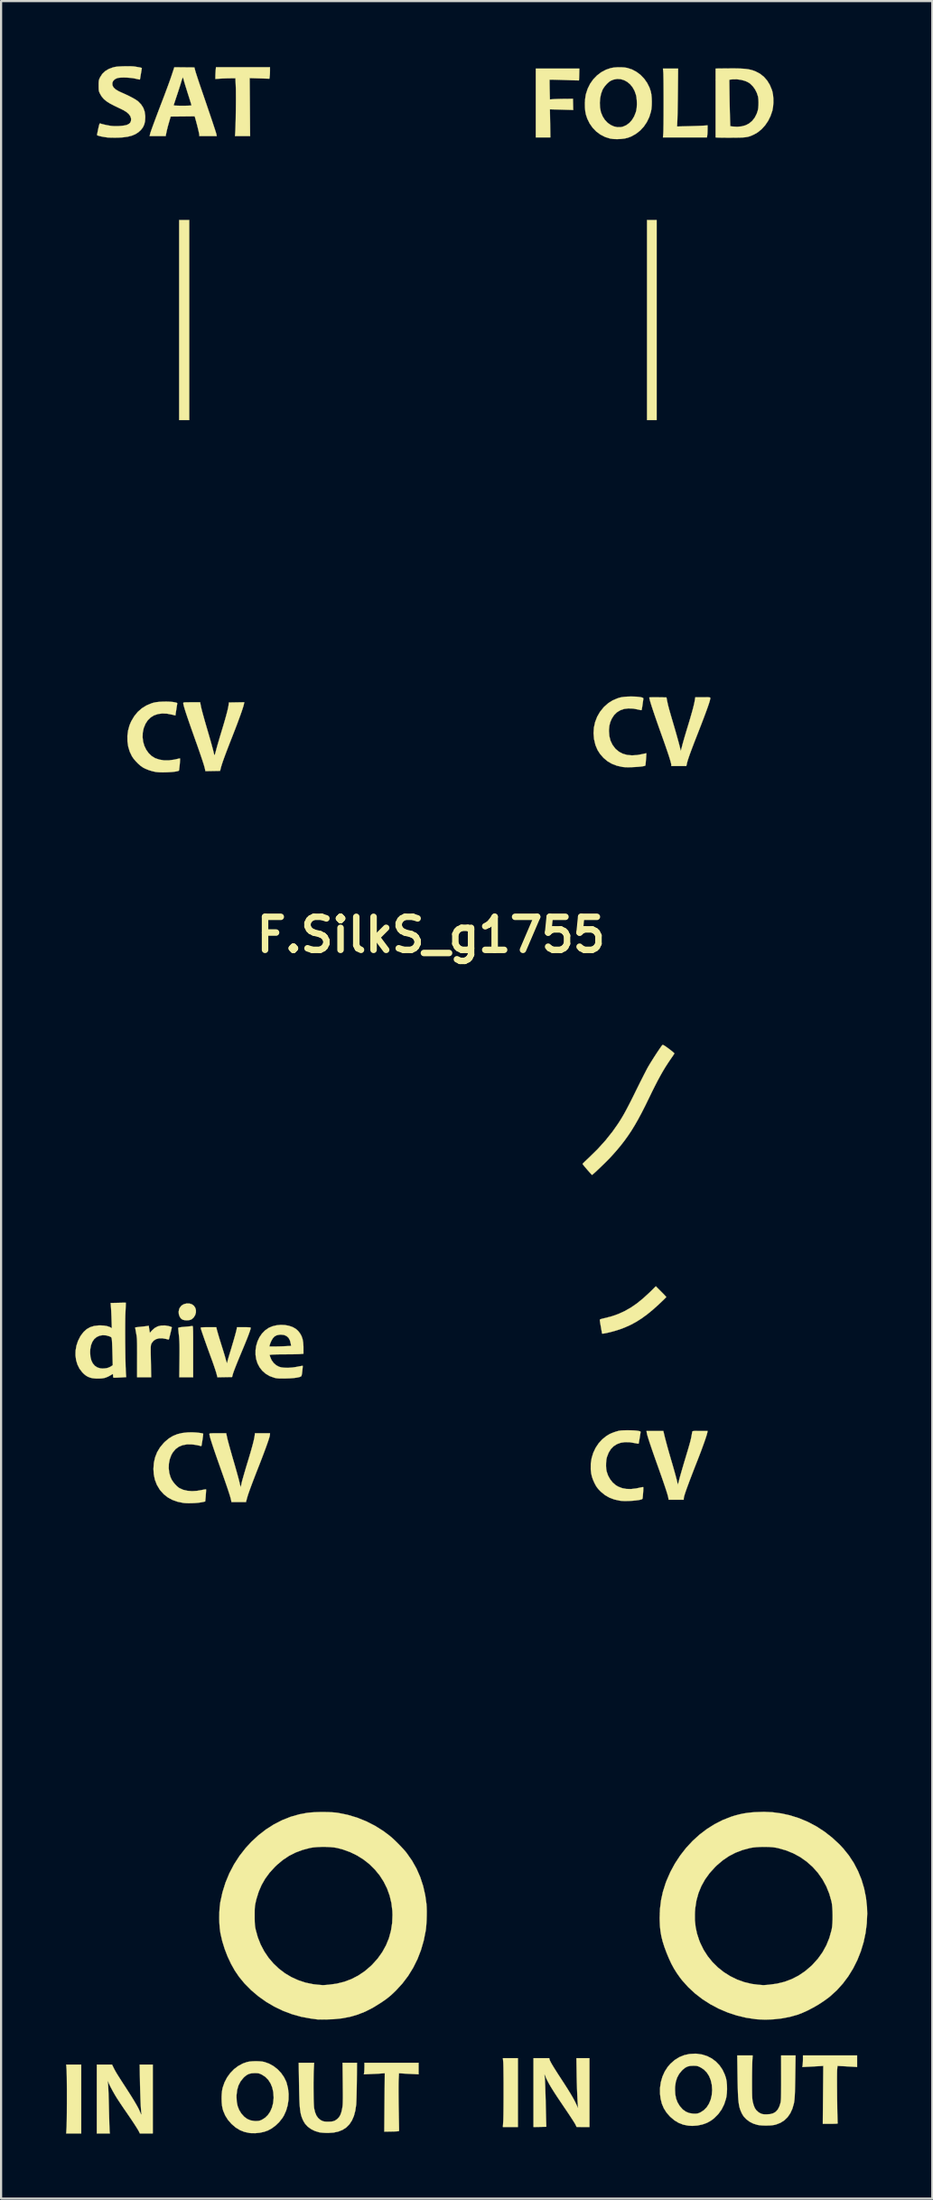
<source format=kicad_pcb>
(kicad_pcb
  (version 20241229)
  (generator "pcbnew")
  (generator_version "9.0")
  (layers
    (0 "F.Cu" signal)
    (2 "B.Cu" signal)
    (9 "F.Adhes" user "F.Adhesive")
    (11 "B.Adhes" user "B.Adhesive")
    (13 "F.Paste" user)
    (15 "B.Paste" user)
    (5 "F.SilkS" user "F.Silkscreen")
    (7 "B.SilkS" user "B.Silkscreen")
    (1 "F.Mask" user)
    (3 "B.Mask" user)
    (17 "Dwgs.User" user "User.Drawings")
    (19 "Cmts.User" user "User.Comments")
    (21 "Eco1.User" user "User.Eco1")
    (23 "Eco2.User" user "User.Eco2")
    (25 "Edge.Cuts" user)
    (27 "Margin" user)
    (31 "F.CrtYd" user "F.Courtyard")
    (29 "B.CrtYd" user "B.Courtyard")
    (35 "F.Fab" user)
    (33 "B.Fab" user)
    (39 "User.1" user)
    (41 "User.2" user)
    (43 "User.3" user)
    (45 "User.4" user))
  (footprint "F.SilkS_g1755"
    (layer "F.Cu")
    (at 16.837 40.077)
    (property "Reference" "F.SilkS_g1755" (at 0 0 0) (layer "F.SilkS") (effects (font (size 1.524 1.524) (thickness 0.3))))
    (attr through_hole)
    (fp_poly (pts (xy -11.155 -23.749) (xy -11.62 -23.749) (xy -11.62 -32.978) (xy -11.155 -32.978) (xy -11.155 -23.749)) (stroke (width 0.01) (type solid)) (fill yes) (layer "F.SilkS"))
    (fp_poly (pts (xy 10.414 -23.749) (xy 9.97 -23.749) (xy 9.97 -32.978) (xy 10.414 -32.978) (xy 10.414 -23.749)) (stroke (width 0.01) (type solid)) (fill yes) (layer "F.SilkS"))
    (fp_poly (pts (xy -16.14 52.112) (xy -16.14 55.287) (xy -16.486 55.287) (xy -16.832 55.287) (xy -16.816 55.039) (xy -16.812 54.959) (xy -16.809 54.843) (xy -16.806 54.697) (xy -16.804 54.525) (xy -16.802 54.333) (xy -16.801 54.125) (xy -16.8 53.907) (xy -16.8 53.684) (xy -16.8 53.461) (xy -16.8 53.243) (xy -16.801 53.036) (xy -16.803 52.844) (xy -16.805 52.672) (xy -16.808 52.526) (xy -16.811 52.411) (xy -16.814 52.332) (xy -16.815 52.319) (xy -16.831 52.112) (xy -16.14 52.112)) (stroke (width 0.01) (type solid)) (fill yes) (layer "F.SilkS"))
    (fp_poly (pts (xy 3.665 51.816) (xy 4.011 51.816) (xy 4.011 54.991) (xy 3.319 54.991) (xy 3.335 54.742) (xy 3.339 54.664) (xy 3.342 54.551) (xy 3.345 54.407) (xy 3.347 54.237) (xy 3.349 54.047) (xy 3.35 53.842) (xy 3.351 53.626) (xy 3.351 53.404) (xy 3.351 53.182) (xy 3.351 52.964) (xy 3.35 52.756) (xy 3.348 52.562) (xy 3.346 52.388) (xy 3.344 52.239) (xy 3.341 52.118) (xy 3.338 52.033) (xy 3.336 52.001) (xy 3.319 51.816) (xy 3.665 51.816)) (stroke (width 0.01) (type solid)) (fill yes) (layer "F.SilkS"))
    (fp_poly (pts (xy -11.138 17.006) (xy -11.024 17.044) (xy -10.934 17.113) (xy -10.873 17.211) (xy -10.847 17.305) (xy -10.847 17.421) (xy -10.882 17.537) (xy -10.943 17.639) (xy -11.027 17.719) (xy -11.085 17.751) (xy -11.167 17.772) (xy -11.269 17.779) (xy -11.371 17.771) (xy -11.455 17.751) (xy -11.468 17.745) (xy -11.547 17.684) (xy -11.603 17.595) (xy -11.636 17.489) (xy -11.642 17.375) (xy -11.62 17.263) (xy -11.589 17.196) (xy -11.51 17.099) (xy -11.406 17.035) (xy -11.276 17.003) (xy -11.272 17.003) (xy -11.138 17.006)) (stroke (width 0.01) (type solid)) (fill yes) (layer "F.SilkS"))
    (fp_poly (pts (xy -7.429 -39.86) (xy -7.431 -39.764) (xy -7.436 -39.67) (xy -7.443 -39.597) (xy -7.443 -39.595) (xy -7.456 -39.497) (xy -7.912 -39.511) (xy -8.367 -39.525) (xy -8.356 -38.188) (xy -8.346 -36.851) (xy -9.043 -36.851) (xy -9.031 -37.026) (xy -9.025 -37.128) (xy -9.02 -37.266) (xy -9.015 -37.432) (xy -9.01 -37.621) (xy -9.007 -37.824) (xy -9.004 -38.037) (xy -9.002 -38.25) (xy -9 -38.459) (xy -9 -38.657) (xy -9.001 -38.835) (xy -9.002 -38.988) (xy -9.005 -39.109) (xy -9.006 -39.125) (xy -9.022 -39.518) (xy -9.268 -39.516) (xy -9.396 -39.514) (xy -9.537 -39.509) (xy -9.67 -39.504) (xy -9.731 -39.5) (xy -9.948 -39.486) (xy -9.948 -39.594) (xy -9.946 -39.672) (xy -9.941 -39.77) (xy -9.935 -39.864) (xy -9.921 -40.026) (xy -7.429 -40.026) (xy -7.429 -39.86)) (stroke (width 0.01) (type solid)) (fill yes) (layer "F.SilkS"))
    (fp_poly (pts (xy -11.001 18.043) (xy -10.994 18.053) (xy -10.989 18.073) (xy -10.985 18.107) (xy -10.981 18.158) (xy -10.979 18.229) (xy -10.977 18.324) (xy -10.976 18.445) (xy -10.975 18.596) (xy -10.975 18.78) (xy -10.975 19.001) (xy -10.975 19.218) (xy -10.975 20.405) (xy -11.294 20.405) (xy -11.613 20.405) (xy -11.604 19.606) (xy -11.602 19.375) (xy -11.601 19.18) (xy -11.602 19.016) (xy -11.604 18.876) (xy -11.609 18.755) (xy -11.615 18.647) (xy -11.623 18.546) (xy -11.629 18.487) (xy -11.641 18.373) (xy -11.651 18.273) (xy -11.658 18.195) (xy -11.662 18.146) (xy -11.663 18.136) (xy -11.655 18.123) (xy -11.627 18.111) (xy -11.574 18.101) (xy -11.49 18.09) (xy -11.37 18.079) (xy -11.361 18.078) (xy -11.249 18.068) (xy -11.15 18.058) (xy -11.072 18.049) (xy -11.025 18.043) (xy -11.017 18.042) (xy -11.008 18.04) (xy -11.001 18.043)) (stroke (width 0.01) (type solid)) (fill yes) (layer "F.SilkS"))
    (fp_poly (pts (xy 6.84 -39.693) (xy 6.837 -39.591) (xy 6.834 -39.506) (xy 6.831 -39.446) (xy 6.828 -39.419) (xy 6.828 -39.418) (xy 6.807 -39.418) (xy 6.748 -39.419) (xy 6.657 -39.421) (xy 6.539 -39.424) (xy 6.399 -39.429) (xy 6.243 -39.434) (xy 6.152 -39.437) (xy 5.988 -39.443) (xy 5.838 -39.447) (xy 5.707 -39.451) (xy 5.601 -39.453) (xy 5.524 -39.454) (xy 5.481 -39.453) (xy 5.474 -39.452) (xy 5.472 -39.43) (xy 5.472 -39.371) (xy 5.472 -39.283) (xy 5.474 -39.171) (xy 5.476 -39.041) (xy 5.477 -38.992) (xy 5.488 -38.539) (xy 5.66 -38.552) (xy 5.741 -38.557) (xy 5.853 -38.561) (xy 5.984 -38.565) (xy 6.12 -38.567) (xy 6.191 -38.568) (xy 6.551 -38.57) (xy 6.557 -38.312) (xy 6.563 -38.054) (xy 6.025 -38.07) (xy 5.488 -38.085) (xy 5.499 -37.436) (xy 5.509 -36.788) (xy 4.837 -36.788) (xy 4.837 -39.963) (xy 5.842 -39.963) (xy 6.847 -39.963) (xy 6.84 -39.693)) (stroke (width 0.01) (type solid)) (fill yes) (layer "F.SilkS"))
    (fp_poly (pts (xy 11.394 -38.941) (xy 11.391 -38.724) (xy 11.389 -38.509) (xy 11.385 -38.302) (xy 11.382 -38.108) (xy 11.379 -37.935) (xy 11.375 -37.787) (xy 11.372 -37.671) (xy 11.37 -37.605) (xy 11.356 -37.291) (xy 11.864 -37.304) (xy 12.02 -37.309) (xy 12.175 -37.314) (xy 12.319 -37.319) (xy 12.443 -37.324) (xy 12.537 -37.329) (xy 12.568 -37.33) (xy 12.764 -37.343) (xy 12.763 -37.176) (xy 12.761 -37.078) (xy 12.757 -36.978) (xy 12.75 -36.899) (xy 12.75 -36.899) (xy 12.736 -36.788) (xy 10.705 -36.788) (xy 10.721 -36.973) (xy 10.724 -37.035) (xy 10.727 -37.133) (xy 10.729 -37.264) (xy 10.732 -37.422) (xy 10.733 -37.602) (xy 10.735 -37.801) (xy 10.735 -38.012) (xy 10.736 -38.231) (xy 10.736 -38.454) (xy 10.736 -38.675) (xy 10.735 -38.889) (xy 10.734 -39.093) (xy 10.733 -39.281) (xy 10.731 -39.447) (xy 10.728 -39.589) (xy 10.726 -39.7) (xy 10.723 -39.776) (xy 10.721 -39.799) (xy 10.705 -39.963) (xy 11.404 -39.963) (xy 11.394 -38.941)) (stroke (width 0.01) (type solid)) (fill yes) (layer "F.SilkS"))
    (fp_poly (pts (xy -0.572 52.56) (xy -0.82 52.547) (xy -0.946 52.541) (xy -1.083 52.534) (xy -1.209 52.527) (xy -1.273 52.523) (xy -1.477 52.511) (xy -1.492 52.813) (xy -1.495 52.897) (xy -1.497 53.018) (xy -1.498 53.169) (xy -1.498 53.345) (xy -1.497 53.54) (xy -1.495 53.747) (xy -1.493 53.961) (xy -1.49 54.121) (xy -1.486 54.325) (xy -1.483 54.516) (xy -1.48 54.69) (xy -1.477 54.843) (xy -1.475 54.971) (xy -1.473 55.069) (xy -1.472 55.134) (xy -1.472 55.16) (xy -1.477 55.172) (xy -1.499 55.182) (xy -1.541 55.188) (xy -1.61 55.193) (xy -1.712 55.196) (xy -1.813 55.198) (xy -2.154 55.204) (xy -2.143 53.857) (xy -2.131 52.51) (xy -2.309 52.522) (xy -2.399 52.528) (xy -2.517 52.535) (xy -2.648 52.541) (xy -2.778 52.547) (xy -2.792 52.548) (xy -3.097 52.561) (xy -3.083 52.48) (xy -3.077 52.42) (xy -3.072 52.334) (xy -3.07 52.238) (xy -3.069 52.213) (xy -3.069 52.028) (xy -0.572 52.028) (xy -0.572 52.56)) (stroke (width 0.01) (type solid)) (fill yes) (layer "F.SilkS"))
    (fp_poly (pts (xy 19.664 52.222) (xy 19.468 52.21) (xy 19.363 52.204) (xy 19.234 52.197) (xy 19.1 52.189) (xy 19.015 52.185) (xy 18.758 52.172) (xy 18.742 52.359) (xy 18.74 52.412) (xy 18.738 52.5) (xy 18.737 52.617) (xy 18.736 52.76) (xy 18.737 52.924) (xy 18.737 53.104) (xy 18.739 53.295) (xy 18.74 53.493) (xy 18.742 53.693) (xy 18.745 53.891) (xy 18.747 54.081) (xy 18.75 54.259) (xy 18.753 54.42) (xy 18.757 54.56) (xy 18.76 54.674) (xy 18.763 54.757) (xy 18.767 54.805) (xy 18.768 54.814) (xy 18.766 54.825) (xy 18.746 54.833) (xy 18.703 54.838) (xy 18.631 54.841) (xy 18.527 54.843) (xy 18.43 54.843) (xy 18.081 54.843) (xy 18.092 53.507) (xy 18.104 52.171) (xy 17.894 52.184) (xy 17.785 52.19) (xy 17.652 52.197) (xy 17.514 52.205) (xy 17.412 52.21) (xy 17.138 52.224) (xy 17.152 52.123) (xy 17.159 52.05) (xy 17.164 51.955) (xy 17.166 51.858) (xy 17.166 51.855) (xy 17.166 51.689) (xy 19.664 51.689) (xy 19.664 52.222)) (stroke (width 0.01) (type solid)) (fill yes) (layer "F.SilkS"))
    (fp_poly (pts (xy 10.617 16.449) (xy 10.699 16.531) (xy 10.768 16.603) (xy 10.821 16.659) (xy 10.852 16.695) (xy 10.858 16.704) (xy 10.844 16.722) (xy 10.802 16.765) (xy 10.739 16.828) (xy 10.657 16.906) (xy 10.562 16.996) (xy 10.515 17.04) (xy 10.239 17.289) (xy 9.977 17.503) (xy 9.724 17.688) (xy 9.474 17.847) (xy 9.22 17.984) (xy 8.956 18.103) (xy 8.719 18.193) (xy 8.606 18.23) (xy 8.484 18.267) (xy 8.358 18.302) (xy 8.235 18.333) (xy 8.122 18.359) (xy 8.025 18.379) (xy 7.951 18.391) (xy 7.906 18.393) (xy 7.895 18.387) (xy 7.892 18.365) (xy 7.882 18.309) (xy 7.867 18.227) (xy 7.849 18.126) (xy 7.842 18.086) (xy 7.823 17.977) (xy 7.807 17.882) (xy 7.796 17.808) (xy 7.79 17.765) (xy 7.789 17.759) (xy 7.803 17.74) (xy 7.846 17.721) (xy 7.923 17.699) (xy 8.007 17.68) (xy 8.331 17.596) (xy 8.638 17.49) (xy 8.931 17.357) (xy 9.216 17.196) (xy 9.498 17.003) (xy 9.78 16.775) (xy 10.069 16.511) (xy 10.136 16.446) (xy 10.376 16.208) (xy 10.617 16.449)) (stroke (width 0.01) (type solid)) (fill yes) (layer "F.SilkS"))
    (fp_poly (pts (xy -12.109 18.044) (xy -12.036 18.064) (xy -11.983 18.084) (xy -11.959 18.099) (xy -11.959 18.1) (xy -11.964 18.126) (xy -11.977 18.183) (xy -11.995 18.261) (xy -12.017 18.352) (xy -12.04 18.446) (xy -12.062 18.533) (xy -12.08 18.605) (xy -12.093 18.651) (xy -12.097 18.664) (xy -12.118 18.662) (xy -12.168 18.652) (xy -12.225 18.638) (xy -12.4 18.607) (xy -12.555 18.611) (xy -12.688 18.648) (xy -12.797 18.718) (xy -12.881 18.821) (xy -12.895 18.846) (xy -12.907 18.871) (xy -12.916 18.896) (xy -12.923 18.926) (xy -12.928 18.966) (xy -12.932 19.02) (xy -12.933 19.093) (xy -12.933 19.191) (xy -12.932 19.316) (xy -12.929 19.475) (xy -12.925 19.669) (xy -12.911 20.405) (xy -13.56 20.405) (xy -13.559 19.51) (xy -13.558 19.29) (xy -13.559 19.107) (xy -13.559 18.956) (xy -13.561 18.833) (xy -13.564 18.732) (xy -13.567 18.649) (xy -13.573 18.579) (xy -13.58 18.517) (xy -13.588 18.458) (xy -13.599 18.397) (xy -13.605 18.364) (xy -13.623 18.267) (xy -13.637 18.186) (xy -13.646 18.13) (xy -13.647 18.107) (xy -13.647 18.107) (xy -13.625 18.103) (xy -13.57 18.096) (xy -13.49 18.087) (xy -13.409 18.078) (xy -13.305 18.067) (xy -13.21 18.057) (xy -13.134 18.048) (xy -13.099 18.043) (xy -13.023 18.031) (xy -13.009 18.133) (xy -12.998 18.208) (xy -12.986 18.277) (xy -12.983 18.296) (xy -12.971 18.356) (xy -12.88 18.253) (xy -12.753 18.137) (xy -12.607 18.058) (xy -12.444 18.019) (xy -12.264 18.017) (xy -12.109 18.044)) (stroke (width 0.01) (type solid)) (fill yes) (layer "F.SilkS"))
    (fp_poly (pts (xy -9.894 18.156) (xy -9.877 18.225) (xy -9.848 18.329) (xy -9.81 18.46) (xy -9.765 18.611) (xy -9.714 18.777) (xy -9.66 18.951) (xy -9.632 19.039) (xy -9.59 19.173) (xy -9.549 19.306) (xy -9.513 19.427) (xy -9.485 19.527) (xy -9.47 19.584) (xy -9.446 19.67) (xy -9.426 19.726) (xy -9.409 19.75) (xy -9.4 19.739) (xy -9.398 19.711) (xy -9.392 19.68) (xy -9.375 19.615) (xy -9.35 19.524) (xy -9.318 19.414) (xy -9.281 19.293) (xy -9.222 19.099) (xy -9.166 18.91) (xy -9.113 18.731) (xy -9.066 18.567) (xy -9.026 18.424) (xy -8.995 18.307) (xy -8.974 18.221) (xy -8.964 18.177) (xy -8.952 18.098) (xy -8.635 18.098) (xy -8.512 18.098) (xy -8.425 18.1) (xy -8.369 18.104) (xy -8.336 18.11) (xy -8.321 18.12) (xy -8.319 18.132) (xy -8.327 18.181) (xy -8.354 18.267) (xy -8.397 18.39) (xy -8.456 18.547) (xy -8.532 18.737) (xy -8.623 18.959) (xy -8.705 19.156) (xy -8.813 19.415) (xy -8.906 19.639) (xy -8.982 19.828) (xy -9.044 19.985) (xy -9.092 20.113) (xy -9.128 20.214) (xy -9.151 20.29) (xy -9.153 20.299) (xy -9.178 20.394) (xy -9.516 20.4) (xy -9.853 20.406) (xy -9.899 20.228) (xy -9.919 20.16) (xy -9.951 20.06) (xy -9.993 19.935) (xy -10.042 19.792) (xy -10.096 19.639) (xy -10.15 19.492) (xy -10.236 19.257) (xy -10.316 19.036) (xy -10.389 18.831) (xy -10.455 18.646) (xy -10.511 18.484) (xy -10.558 18.348) (xy -10.593 18.242) (xy -10.616 18.168) (xy -10.625 18.13) (xy -10.626 18.128) (xy -10.619 18.117) (xy -10.597 18.108) (xy -10.553 18.103) (xy -10.481 18.099) (xy -10.378 18.098) (xy -10.266 18.098) (xy -9.907 18.098) (xy -9.894 18.156)) (stroke (width 0.01) (type solid)) (fill yes) (layer "F.SilkS"))
    (fp_poly (pts (xy 14.042 -39.97) (xy 14.227 -39.966) (xy 14.385 -39.959) (xy 14.521 -39.948) (xy 14.638 -39.932) (xy 14.742 -39.911) (xy 14.838 -39.885) (xy 14.93 -39.852) (xy 14.982 -39.832) (xy 15.183 -39.725) (xy 15.361 -39.585) (xy 15.512 -39.413) (xy 15.636 -39.211) (xy 15.731 -38.98) (xy 15.752 -38.911) (xy 15.783 -38.756) (xy 15.799 -38.576) (xy 15.8 -38.386) (xy 15.785 -38.2) (xy 15.755 -38.032) (xy 15.751 -38.015) (xy 15.669 -37.776) (xy 15.558 -37.551) (xy 15.42 -37.348) (xy 15.261 -37.172) (xy 15.083 -37.026) (xy 14.927 -36.934) (xy 14.834 -36.89) (xy 14.752 -36.855) (xy 14.673 -36.829) (xy 14.59 -36.809) (xy 14.496 -36.795) (xy 14.385 -36.786) (xy 14.249 -36.781) (xy 14.082 -36.778) (xy 13.97 -36.777) (xy 13.813 -36.776) (xy 13.662 -36.776) (xy 13.525 -36.777) (xy 13.408 -36.778) (xy 13.321 -36.78) (xy 13.282 -36.781) (xy 13.134 -36.789) (xy 13.134 -39.451) (xy 13.766 -39.451) (xy 13.775 -38.791) (xy 13.778 -38.602) (xy 13.781 -38.404) (xy 13.785 -38.206) (xy 13.789 -38.02) (xy 13.793 -37.854) (xy 13.797 -37.721) (xy 13.797 -37.719) (xy 13.811 -37.306) (xy 13.896 -37.293) (xy 14.124 -37.279) (xy 14.33 -37.296) (xy 14.515 -37.346) (xy 14.68 -37.431) (xy 14.823 -37.551) (xy 14.942 -37.703) (xy 15.034 -37.885) (xy 15.082 -38.031) (xy 15.102 -38.136) (xy 15.113 -38.267) (xy 15.116 -38.407) (xy 15.11 -38.542) (xy 15.096 -38.654) (xy 15.092 -38.674) (xy 15.037 -38.844) (xy 14.955 -39.005) (xy 14.852 -39.148) (xy 14.735 -39.264) (xy 14.655 -39.32) (xy 14.492 -39.395) (xy 14.306 -39.445) (xy 14.107 -39.47) (xy 13.91 -39.466) (xy 13.766 -39.451) (xy 13.134 -39.451) (xy 13.134 -39.963) (xy 13.568 -39.968) (xy 13.824 -39.97) (xy 14.042 -39.97)) (stroke (width 0.01) (type solid)) (fill yes) (layer "F.SilkS"))
    (fp_poly (pts (xy 7.012 51.816) (xy 7.313 51.816) (xy 7.313 54.991) (xy 7.017 54.99) (xy 6.72 54.989) (xy 6.673 54.89) (xy 6.648 54.842) (xy 6.602 54.767) (xy 6.541 54.67) (xy 6.469 54.559) (xy 6.391 54.441) (xy 6.367 54.404) (xy 6.269 54.259) (xy 6.158 54.095) (xy 6.045 53.927) (xy 5.938 53.768) (xy 5.86 53.653) (xy 5.697 53.404) (xy 5.557 53.181) (xy 5.442 52.985) (xy 5.354 52.817) (xy 5.3 52.7) (xy 5.272 52.631) (xy 5.249 52.582) (xy 5.237 52.562) (xy 5.237 52.562) (xy 5.237 52.584) (xy 5.241 52.637) (xy 5.249 52.711) (xy 5.251 52.726) (xy 5.256 52.782) (xy 5.261 52.875) (xy 5.267 52.999) (xy 5.273 53.149) (xy 5.278 53.319) (xy 5.284 53.504) (xy 5.289 53.698) (xy 5.291 53.763) (xy 5.295 53.96) (xy 5.3 54.149) (xy 5.304 54.326) (xy 5.308 54.485) (xy 5.311 54.62) (xy 5.314 54.726) (xy 5.317 54.797) (xy 5.317 54.811) (xy 5.323 54.98) (xy 5.027 54.986) (xy 4.731 54.992) (xy 4.731 51.816) (xy 5.094 51.816) (xy 5.456 51.816) (xy 5.471 51.874) (xy 5.489 51.925) (xy 5.526 51.999) (xy 5.581 52.098) (xy 5.657 52.225) (xy 5.755 52.381) (xy 5.874 52.568) (xy 5.998 52.758) (xy 6.165 53.015) (xy 6.308 53.24) (xy 6.428 53.434) (xy 6.527 53.601) (xy 6.605 53.741) (xy 6.665 53.858) (xy 6.675 53.88) (xy 6.724 53.985) (xy 6.758 54.056) (xy 6.778 54.096) (xy 6.788 54.11) (xy 6.791 54.102) (xy 6.788 54.076) (xy 6.785 54.049) (xy 6.777 53.961) (xy 6.768 53.837) (xy 6.759 53.682) (xy 6.751 53.501) (xy 6.743 53.301) (xy 6.736 53.086) (xy 6.729 52.863) (xy 6.724 52.638) (xy 6.722 52.499) (xy 6.711 51.816) (xy 7.012 51.816)) (stroke (width 0.01) (type solid)) (fill yes) (layer "F.SilkS"))
    (fp_poly (pts (xy -12.054 -10.758) (xy -11.915 -10.745) (xy -11.846 -10.734) (xy -11.77 -10.718) (xy -11.728 -10.704) (xy -11.71 -10.688) (xy -11.709 -10.663) (xy -11.712 -10.649) (xy -11.719 -10.606) (xy -11.731 -10.532) (xy -11.746 -10.439) (xy -11.758 -10.358) (xy -11.794 -10.123) (xy -11.94 -10.16) (xy -12.178 -10.206) (xy -12.398 -10.215) (xy -12.599 -10.189) (xy -12.778 -10.128) (xy -12.934 -10.033) (xy -13.066 -9.904) (xy -13.172 -9.743) (xy -13.252 -9.55) (xy -13.259 -9.526) (xy -13.301 -9.321) (xy -13.307 -9.114) (xy -13.282 -8.913) (xy -13.226 -8.72) (xy -13.141 -8.544) (xy -13.03 -8.387) (xy -12.896 -8.257) (xy -12.739 -8.159) (xy -12.725 -8.152) (xy -12.534 -8.087) (xy -12.321 -8.053) (xy -12.09 -8.053) (xy -11.845 -8.085) (xy -11.706 -8.117) (xy -11.642 -8.132) (xy -11.597 -8.14) (xy -11.582 -8.139) (xy -11.579 -8.114) (xy -11.58 -8.057) (xy -11.585 -7.977) (xy -11.592 -7.885) (xy -11.601 -7.79) (xy -11.611 -7.703) (xy -11.62 -7.632) (xy -11.629 -7.588) (xy -11.633 -7.579) (xy -11.673 -7.559) (xy -11.749 -7.542) (xy -11.852 -7.527) (xy -11.976 -7.514) (xy -12.112 -7.506) (xy -12.255 -7.5) (xy -12.396 -7.499) (xy -12.528 -7.502) (xy -12.643 -7.511) (xy -12.689 -7.516) (xy -12.85 -7.55) (xy -13.021 -7.602) (xy -13.183 -7.668) (xy -13.294 -7.725) (xy -13.4 -7.8) (xy -13.515 -7.901) (xy -13.627 -8.017) (xy -13.727 -8.136) (xy -13.797 -8.239) (xy -13.9 -8.454) (xy -13.97 -8.687) (xy -14.006 -8.933) (xy -14.008 -9.185) (xy -13.975 -9.434) (xy -13.908 -9.676) (xy -13.833 -9.851) (xy -13.695 -10.085) (xy -13.532 -10.286) (xy -13.343 -10.452) (xy -13.129 -10.585) (xy -12.889 -10.685) (xy -12.793 -10.713) (xy -12.68 -10.736) (xy -12.537 -10.751) (xy -12.377 -10.76) (xy -12.212 -10.763) (xy -12.054 -10.758)) (stroke (width 0.01) (type solid)) (fill yes) (layer "F.SilkS"))
    (fp_poly (pts (xy -8.628 -10.663) (xy -8.646 -10.587) (xy -8.68 -10.474) (xy -8.728 -10.328) (xy -8.79 -10.151) (xy -8.865 -9.946) (xy -8.95 -9.716) (xy -9.047 -9.463) (xy -9.153 -9.191) (xy -9.155 -9.186) (xy -9.264 -8.908) (xy -9.358 -8.666) (xy -9.438 -8.457) (xy -9.505 -8.278) (xy -9.561 -8.125) (xy -9.607 -7.995) (xy -9.643 -7.886) (xy -9.672 -7.794) (xy -9.694 -7.716) (xy -9.694 -7.715) (xy -9.732 -7.567) (xy -10.407 -7.555) (xy -10.434 -7.678) (xy -10.457 -7.767) (xy -10.496 -7.895) (xy -10.549 -8.061) (xy -10.618 -8.265) (xy -10.701 -8.507) (xy -10.798 -8.785) (xy -10.874 -8.996) (xy -10.99 -9.324) (xy -11.092 -9.614) (xy -11.18 -9.867) (xy -11.254 -10.084) (xy -11.315 -10.266) (xy -11.362 -10.416) (xy -11.396 -10.533) (xy -11.419 -10.62) (xy -11.429 -10.677) (xy -11.43 -10.692) (xy -11.428 -10.706) (xy -11.417 -10.716) (xy -11.392 -10.723) (xy -11.348 -10.728) (xy -11.278 -10.73) (xy -11.178 -10.731) (xy -11.041 -10.732) (xy -10.652 -10.732) (xy -10.627 -10.599) (xy -10.612 -10.525) (xy -10.592 -10.439) (xy -10.567 -10.338) (xy -10.535 -10.218) (xy -10.495 -10.074) (xy -10.447 -9.902) (xy -10.388 -9.697) (xy -10.319 -9.461) (xy -10.242 -9.198) (xy -10.173 -8.957) (xy -10.113 -8.742) (xy -10.063 -8.557) (xy -10.025 -8.406) (xy -10.002 -8.308) (xy -9.994 -8.288) (xy -9.985 -8.291) (xy -9.972 -8.322) (xy -9.953 -8.383) (xy -9.926 -8.481) (xy -9.916 -8.52) (xy -9.89 -8.617) (xy -9.854 -8.746) (xy -9.81 -8.896) (xy -9.762 -9.06) (xy -9.712 -9.228) (xy -9.673 -9.356) (xy -9.583 -9.655) (xy -9.507 -9.915) (xy -9.445 -10.137) (xy -9.397 -10.32) (xy -9.363 -10.466) (xy -9.342 -10.575) (xy -9.339 -10.597) (xy -9.324 -10.721) (xy -8.97 -10.727) (xy -8.616 -10.733) (xy -8.628 -10.663)) (stroke (width 0.01) (type solid)) (fill yes) (layer "F.SilkS"))
    (fp_poly (pts (xy -12.838 52.112) (xy -12.838 55.287) (xy -13.433 55.287) (xy -13.471 55.208) (xy -13.506 55.144) (xy -13.564 55.048) (xy -13.643 54.923) (xy -13.742 54.771) (xy -13.859 54.596) (xy -13.993 54.4) (xy -14.074 54.282) (xy -14.164 54.152) (xy -14.256 54.016) (xy -14.344 53.884) (xy -14.422 53.766) (xy -14.483 53.673) (xy -14.486 53.668) (xy -14.552 53.561) (xy -14.622 53.442) (xy -14.691 53.319) (xy -14.755 53.199) (xy -14.811 53.09) (xy -14.855 52.999) (xy -14.881 52.934) (xy -14.887 52.918) (xy -14.9 52.877) (xy -14.908 52.875) (xy -14.91 52.906) (xy -14.907 52.967) (xy -14.9 53.033) (xy -14.896 53.085) (xy -14.891 53.175) (xy -14.886 53.296) (xy -14.88 53.444) (xy -14.875 53.615) (xy -14.869 53.801) (xy -14.864 53.999) (xy -14.861 54.134) (xy -14.856 54.334) (xy -14.851 54.525) (xy -14.846 54.701) (xy -14.842 54.858) (xy -14.838 54.99) (xy -14.834 55.093) (xy -14.831 55.161) (xy -14.829 55.187) (xy -14.819 55.287) (xy -15.119 55.287) (xy -15.42 55.287) (xy -15.42 52.112) (xy -15.069 52.112) (xy -14.718 52.112) (xy -14.631 52.287) (xy -14.607 52.333) (xy -14.583 52.379) (xy -14.554 52.429) (xy -14.52 52.488) (xy -14.478 52.558) (xy -14.425 52.642) (xy -14.36 52.745) (xy -14.28 52.87) (xy -14.183 53.02) (xy -14.067 53.199) (xy -13.95 53.381) (xy -13.825 53.577) (xy -13.712 53.76) (xy -13.613 53.928) (xy -13.531 54.074) (xy -13.469 54.195) (xy -13.429 54.287) (xy -13.426 54.292) (xy -13.397 54.364) (xy -13.375 54.404) (xy -13.362 54.41) (xy -13.36 54.38) (xy -13.363 54.356) (xy -13.372 54.288) (xy -13.38 54.182) (xy -13.389 54.044) (xy -13.397 53.879) (xy -13.405 53.691) (xy -13.412 53.486) (xy -13.419 53.269) (xy -13.425 53.044) (xy -13.429 52.817) (xy -13.429 52.806) (xy -13.44 52.112) (xy -12.838 52.112)) (stroke (width 0.01) (type solid)) (fill yes) (layer "F.SilkS"))
    (fp_poly (pts (xy -5.405 52.276) (xy -5.412 52.414) (xy -5.416 52.574) (xy -5.419 52.752) (xy -5.421 52.941) (xy -5.421 53.136) (xy -5.42 53.33) (xy -5.418 53.517) (xy -5.415 53.691) (xy -5.41 53.847) (xy -5.404 53.977) (xy -5.397 54.077) (xy -5.39 54.136) (xy -5.346 54.318) (xy -5.285 54.465) (xy -5.203 54.579) (xy -5.099 54.666) (xy -5.043 54.697) (xy -4.985 54.721) (xy -4.926 54.736) (xy -4.852 54.744) (xy -4.75 54.746) (xy -4.741 54.746) (xy -4.612 54.742) (xy -4.512 54.726) (xy -4.43 54.695) (xy -4.354 54.645) (xy -4.302 54.601) (xy -4.232 54.523) (xy -4.177 54.425) (xy -4.133 54.3) (xy -4.097 54.141) (xy -4.094 54.12) (xy -4.085 54.067) (xy -4.078 54.01) (xy -4.073 53.944) (xy -4.069 53.866) (xy -4.067 53.771) (xy -4.065 53.654) (xy -4.065 53.511) (xy -4.066 53.337) (xy -4.068 53.129) (xy -4.069 52.975) (xy -4.08 52.028) (xy -3.415 52.028) (xy -3.422 52.88) (xy -3.425 53.076) (xy -3.428 53.268) (xy -3.432 53.45) (xy -3.436 53.616) (xy -3.441 53.758) (xy -3.446 53.871) (xy -3.45 53.949) (xy -3.451 53.958) (xy -3.491 54.235) (xy -3.556 54.479) (xy -3.647 54.689) (xy -3.764 54.866) (xy -3.906 55.01) (xy -4.076 55.121) (xy -4.272 55.2) (xy -4.496 55.248) (xy -4.748 55.265) (xy -4.771 55.264) (xy -4.887 55.261) (xy -5.003 55.254) (xy -5.104 55.243) (xy -5.163 55.233) (xy -5.357 55.174) (xy -5.532 55.087) (xy -5.684 54.976) (xy -5.806 54.845) (xy -5.875 54.735) (xy -5.915 54.653) (xy -5.949 54.573) (xy -5.978 54.491) (xy -6.002 54.403) (xy -6.022 54.304) (xy -6.038 54.192) (xy -6.052 54.061) (xy -6.062 53.908) (xy -6.071 53.729) (xy -6.077 53.519) (xy -6.083 53.276) (xy -6.088 52.996) (xy -6.102 52.028) (xy -5.392 52.028) (xy -5.405 52.276)) (stroke (width 0.01) (type solid)) (fill yes) (layer "F.SilkS"))
    (fp_poly (pts (xy 12.751 22.961) (xy 12.734 23.028) (xy 12.703 23.131) (xy 12.659 23.264) (xy 12.604 23.423) (xy 12.539 23.602) (xy 12.467 23.799) (xy 12.387 24.008) (xy 12.303 24.225) (xy 12.286 24.268) (xy 12.158 24.594) (xy 12.046 24.884) (xy 11.949 25.137) (xy 11.868 25.355) (xy 11.8 25.54) (xy 11.747 25.693) (xy 11.707 25.815) (xy 11.68 25.909) (xy 11.666 25.974) (xy 11.663 26.004) (xy 11.663 26.056) (xy 10.968 26.056) (xy 10.953 25.966) (xy 10.937 25.894) (xy 10.907 25.787) (xy 10.863 25.645) (xy 10.804 25.466) (xy 10.731 25.251) (xy 10.643 24.997) (xy 10.54 24.706) (xy 10.467 24.5) (xy 10.354 24.183) (xy 10.254 23.899) (xy 10.169 23.65) (xy 10.097 23.437) (xy 10.04 23.261) (xy 9.997 23.121) (xy 9.97 23.02) (xy 9.96 22.971) (xy 9.945 22.881) (xy 10.333 22.881) (xy 10.721 22.881) (xy 10.799 23.204) (xy 10.826 23.307) (xy 10.862 23.442) (xy 10.905 23.601) (xy 10.954 23.776) (xy 11.006 23.959) (xy 11.059 24.142) (xy 11.077 24.204) (xy 11.129 24.379) (xy 11.179 24.553) (xy 11.226 24.719) (xy 11.268 24.869) (xy 11.302 24.996) (xy 11.328 25.093) (xy 11.336 25.124) (xy 11.395 25.367) (xy 11.465 25.093) (xy 11.49 25) (xy 11.525 24.875) (xy 11.568 24.726) (xy 11.616 24.561) (xy 11.667 24.388) (xy 11.718 24.216) (xy 11.725 24.194) (xy 11.791 23.974) (xy 11.846 23.79) (xy 11.891 23.638) (xy 11.927 23.512) (xy 11.956 23.408) (xy 11.979 23.321) (xy 11.996 23.247) (xy 12.01 23.181) (xy 12.022 23.119) (xy 12.023 23.114) (xy 12.037 23.035) (xy 12.049 22.966) (xy 12.056 22.929) (xy 12.061 22.911) (xy 12.071 22.899) (xy 12.093 22.89) (xy 12.133 22.885) (xy 12.197 22.882) (xy 12.291 22.881) (xy 12.416 22.881) (xy 12.765 22.881) (xy 12.751 22.961)) (stroke (width 0.01) (type solid)) (fill yes) (layer "F.SilkS"))
    (fp_poly (pts (xy 12.673 -10.964) (xy 12.765 -10.963) (xy 12.827 -10.96) (xy 12.864 -10.954) (xy 12.883 -10.945) (xy 12.89 -10.933) (xy 12.89 -10.926) (xy 12.884 -10.878) (xy 12.866 -10.802) (xy 12.835 -10.698) (xy 12.79 -10.564) (xy 12.731 -10.398) (xy 12.658 -10.199) (xy 12.57 -9.965) (xy 12.467 -9.696) (xy 12.351 -9.398) (xy 12.244 -9.124) (xy 12.151 -8.886) (xy 12.073 -8.681) (xy 12.007 -8.506) (xy 11.952 -8.357) (xy 11.908 -8.232) (xy 11.873 -8.128) (xy 11.845 -8.041) (xy 11.825 -7.968) (xy 11.817 -7.936) (xy 11.782 -7.789) (xy 11.091 -7.789) (xy 11.091 -7.841) (xy 11.084 -7.893) (xy 11.062 -7.981) (xy 11.026 -8.106) (xy 10.975 -8.268) (xy 10.908 -8.467) (xy 10.827 -8.704) (xy 10.73 -8.98) (xy 10.664 -9.165) (xy 10.538 -9.518) (xy 10.428 -9.831) (xy 10.333 -10.106) (xy 10.253 -10.342) (xy 10.188 -10.539) (xy 10.138 -10.699) (xy 10.102 -10.822) (xy 10.082 -10.907) (xy 10.075 -10.952) (xy 10.095 -10.956) (xy 10.151 -10.959) (xy 10.236 -10.96) (xy 10.344 -10.961) (xy 10.468 -10.96) (xy 10.47 -10.96) (xy 10.865 -10.954) (xy 10.901 -10.774) (xy 10.915 -10.709) (xy 10.929 -10.645) (xy 10.945 -10.577) (xy 10.965 -10.501) (xy 10.989 -10.411) (xy 11.019 -10.304) (xy 11.056 -10.174) (xy 11.102 -10.016) (xy 11.158 -9.827) (xy 11.21 -9.649) (xy 11.26 -9.478) (xy 11.309 -9.306) (xy 11.356 -9.14) (xy 11.398 -8.989) (xy 11.433 -8.861) (xy 11.458 -8.765) (xy 11.459 -8.763) (xy 11.529 -8.484) (xy 11.596 -8.745) (xy 11.622 -8.842) (xy 11.658 -8.969) (xy 11.7 -9.117) (xy 11.748 -9.277) (xy 11.796 -9.439) (xy 11.822 -9.525) (xy 11.911 -9.816) (xy 11.985 -10.069) (xy 12.047 -10.286) (xy 12.097 -10.469) (xy 12.134 -10.62) (xy 12.161 -10.742) (xy 12.171 -10.801) (xy 12.198 -10.964) (xy 12.544 -10.964) (xy 12.673 -10.964)) (stroke (width 0.01) (type solid)) (fill yes) (layer "F.SilkS"))
    (fp_poly (pts (xy -7.43 23.045) (xy -7.438 23.099) (xy -7.463 23.191) (xy -7.503 23.319) (xy -7.559 23.482) (xy -7.63 23.679) (xy -7.715 23.908) (xy -7.814 24.169) (xy -7.927 24.46) (xy -7.943 24.5) (xy -8.051 24.776) (xy -8.144 25.016) (xy -8.224 25.224) (xy -8.291 25.402) (xy -8.347 25.554) (xy -8.393 25.683) (xy -8.431 25.793) (xy -8.461 25.887) (xy -8.485 25.968) (xy -8.493 25.996) (xy -8.537 26.162) (xy -9.204 26.162) (xy -9.227 26.056) (xy -9.241 25.995) (xy -9.263 25.916) (xy -9.293 25.817) (xy -9.333 25.696) (xy -9.381 25.548) (xy -9.441 25.373) (xy -9.512 25.167) (xy -9.596 24.928) (xy -9.693 24.654) (xy -9.761 24.46) (xy -9.87 24.152) (xy -9.963 23.884) (xy -10.042 23.652) (xy -10.106 23.458) (xy -10.156 23.3) (xy -10.192 23.177) (xy -10.214 23.088) (xy -10.223 23.033) (xy -10.223 23.026) (xy -10.221 23.012) (xy -10.209 23.002) (xy -10.183 22.995) (xy -10.136 22.991) (xy -10.064 22.988) (xy -9.959 22.987) (xy -9.837 22.987) (xy -9.451 22.987) (xy -9.403 23.206) (xy -9.387 23.276) (xy -9.36 23.38) (xy -9.324 23.513) (xy -9.281 23.669) (xy -9.232 23.842) (xy -9.18 24.026) (xy -9.125 24.216) (xy -9.112 24.259) (xy -9.057 24.448) (xy -9.005 24.631) (xy -8.957 24.802) (xy -8.914 24.957) (xy -8.878 25.09) (xy -8.851 25.195) (xy -8.834 25.266) (xy -8.832 25.278) (xy -8.811 25.37) (xy -8.792 25.433) (xy -8.777 25.463) (xy -8.767 25.458) (xy -8.763 25.414) (xy -8.763 25.414) (xy -8.756 25.366) (xy -8.737 25.279) (xy -8.705 25.155) (xy -8.66 24.995) (xy -8.604 24.801) (xy -8.537 24.573) (xy -8.458 24.314) (xy -8.457 24.31) (xy -8.366 24.01) (xy -8.291 23.75) (xy -8.23 23.53) (xy -8.184 23.349) (xy -8.153 23.208) (xy -8.136 23.109) (xy -8.122 22.987) (xy -7.429 22.987) (xy -7.43 23.045)) (stroke (width 0.01) (type solid)) (fill yes) (layer "F.SilkS"))
    (fp_poly (pts (xy -10.953 22.948) (xy -10.839 22.955) (xy -10.729 22.966) (xy -10.633 22.978) (xy -10.559 22.992) (xy -10.517 23.006) (xy -10.511 23.01) (xy -10.512 23.033) (xy -10.517 23.087) (xy -10.527 23.165) (xy -10.54 23.256) (xy -10.554 23.35) (xy -10.568 23.439) (xy -10.581 23.513) (xy -10.59 23.562) (xy -10.595 23.577) (xy -10.617 23.576) (xy -10.669 23.565) (xy -10.735 23.549) (xy -10.823 23.531) (xy -10.932 23.514) (xy -11.04 23.503) (xy -11.053 23.502) (xy -11.271 23.503) (xy -11.465 23.539) (xy -11.635 23.61) (xy -11.781 23.716) (xy -11.903 23.857) (xy -11.981 23.99) (xy -12.053 24.182) (xy -12.094 24.388) (xy -12.102 24.601) (xy -12.078 24.81) (xy -12.022 25.006) (xy -11.967 25.125) (xy -11.901 25.228) (xy -11.816 25.334) (xy -11.723 25.429) (xy -11.634 25.502) (xy -11.607 25.519) (xy -11.437 25.596) (xy -11.24 25.642) (xy -11.022 25.659) (xy -10.786 25.644) (xy -10.597 25.611) (xy -10.509 25.593) (xy -10.437 25.581) (xy -10.391 25.575) (xy -10.38 25.576) (xy -10.378 25.599) (xy -10.379 25.654) (xy -10.384 25.732) (xy -10.39 25.823) (xy -10.397 25.918) (xy -10.405 26.006) (xy -10.412 26.077) (xy -10.418 26.123) (xy -10.422 26.134) (xy -10.444 26.141) (xy -10.498 26.154) (xy -10.573 26.169) (xy -10.596 26.174) (xy -10.723 26.192) (xy -10.874 26.206) (xy -11.035 26.214) (xy -11.193 26.216) (xy -11.333 26.211) (xy -11.417 26.203) (xy -11.686 26.149) (xy -11.926 26.065) (xy -12.138 25.951) (xy -12.324 25.805) (xy -12.487 25.626) (xy -12.523 25.577) (xy -12.649 25.365) (xy -12.738 25.134) (xy -12.79 24.884) (xy -12.806 24.636) (xy -12.787 24.359) (xy -12.73 24.102) (xy -12.636 23.862) (xy -12.502 23.64) (xy -12.33 23.434) (xy -12.27 23.375) (xy -12.095 23.228) (xy -11.908 23.114) (xy -11.705 23.031) (xy -11.482 22.977) (xy -11.231 22.95) (xy -11.063 22.945) (xy -10.953 22.948)) (stroke (width 0.01) (type solid)) (fill yes) (layer "F.SilkS"))
    (fp_poly (pts (xy 9.337 -10.995) (xy 9.467 -10.99) (xy 9.584 -10.979) (xy 9.682 -10.965) (xy 9.754 -10.946) (xy 9.794 -10.923) (xy 9.8 -10.91) (xy 9.797 -10.876) (xy 9.789 -10.811) (xy 9.777 -10.726) (xy 9.764 -10.633) (xy 9.75 -10.542) (xy 9.738 -10.465) (xy 9.729 -10.412) (xy 9.727 -10.402) (xy 9.72 -10.379) (xy 9.706 -10.369) (xy 9.677 -10.37) (xy 9.622 -10.382) (xy 9.567 -10.396) (xy 9.33 -10.44) (xy 9.111 -10.449) (xy 8.912 -10.424) (xy 8.735 -10.363) (xy 8.58 -10.269) (xy 8.45 -10.141) (xy 8.345 -9.98) (xy 8.341 -9.971) (xy 8.273 -9.813) (xy 8.232 -9.654) (xy 8.214 -9.478) (xy 8.213 -9.399) (xy 8.231 -9.168) (xy 8.284 -8.96) (xy 8.373 -8.773) (xy 8.499 -8.604) (xy 8.531 -8.57) (xy 8.682 -8.446) (xy 8.856 -8.356) (xy 9.054 -8.301) (xy 9.275 -8.281) (xy 9.517 -8.296) (xy 9.758 -8.341) (xy 9.838 -8.359) (xy 9.899 -8.372) (xy 9.933 -8.377) (xy 9.937 -8.377) (xy 9.938 -8.354) (xy 9.935 -8.299) (xy 9.93 -8.22) (xy 9.924 -8.129) (xy 9.916 -8.034) (xy 9.909 -7.945) (xy 9.902 -7.873) (xy 9.896 -7.825) (xy 9.893 -7.813) (xy 9.858 -7.796) (xy 9.788 -7.781) (xy 9.689 -7.767) (xy 9.571 -7.755) (xy 9.439 -7.746) (xy 9.302 -7.739) (xy 9.166 -7.735) (xy 9.039 -7.735) (xy 8.928 -7.739) (xy 8.841 -7.747) (xy 8.837 -7.748) (xy 8.579 -7.805) (xy 8.348 -7.894) (xy 8.143 -8.014) (xy 7.962 -8.167) (xy 7.959 -8.17) (xy 7.805 -8.346) (xy 7.687 -8.53) (xy 7.601 -8.731) (xy 7.588 -8.768) (xy 7.525 -9.034) (xy 7.502 -9.3) (xy 7.519 -9.562) (xy 7.575 -9.817) (xy 7.668 -10.06) (xy 7.799 -10.288) (xy 7.966 -10.496) (xy 7.995 -10.526) (xy 8.185 -10.694) (xy 8.396 -10.825) (xy 8.63 -10.922) (xy 8.718 -10.948) (xy 8.816 -10.968) (xy 8.933 -10.983) (xy 9.063 -10.992) (xy 9.2 -10.996) (xy 9.337 -10.995)) (stroke (width 0.01) (type solid)) (fill yes) (layer "F.SilkS"))
    (fp_poly (pts (xy 12.268 51.611) (xy 12.516 51.648) (xy 12.747 51.721) (xy 12.959 51.831) (xy 13.149 51.973) (xy 13.315 52.146) (xy 13.453 52.348) (xy 13.56 52.577) (xy 13.614 52.741) (xy 13.642 52.886) (xy 13.658 53.058) (xy 13.662 53.243) (xy 13.653 53.427) (xy 13.632 53.597) (xy 13.614 53.683) (xy 13.53 53.944) (xy 13.411 54.182) (xy 13.258 54.394) (xy 13.073 54.58) (xy 12.927 54.692) (xy 12.739 54.797) (xy 12.526 54.874) (xy 12.297 54.922) (xy 12.06 54.939) (xy 11.869 54.927) (xy 11.641 54.882) (xy 11.431 54.801) (xy 11.235 54.683) (xy 11.049 54.526) (xy 11.027 54.505) (xy 10.867 54.322) (xy 10.744 54.126) (xy 10.654 53.913) (xy 10.596 53.677) (xy 10.57 53.459) (xy 10.57 53.264) (xy 11.261 53.264) (xy 11.273 53.486) (xy 11.311 53.68) (xy 11.377 53.853) (xy 11.472 54.012) (xy 11.49 54.036) (xy 11.617 54.179) (xy 11.756 54.281) (xy 11.911 54.346) (xy 12.085 54.374) (xy 12.141 54.376) (xy 12.235 54.375) (xy 12.305 54.366) (xy 12.369 54.346) (xy 12.441 54.313) (xy 12.594 54.213) (xy 12.724 54.081) (xy 12.828 53.919) (xy 12.907 53.732) (xy 12.956 53.524) (xy 12.975 53.297) (xy 12.975 53.276) (xy 12.959 53.044) (xy 12.911 52.831) (xy 12.834 52.641) (xy 12.728 52.477) (xy 12.595 52.342) (xy 12.438 52.239) (xy 12.429 52.235) (xy 12.355 52.2) (xy 12.295 52.18) (xy 12.231 52.169) (xy 12.148 52.166) (xy 12.097 52.165) (xy 11.954 52.173) (xy 11.837 52.201) (xy 11.732 52.255) (xy 11.628 52.339) (xy 11.578 52.387) (xy 11.451 52.542) (xy 11.357 52.716) (xy 11.295 52.912) (xy 11.265 53.134) (xy 11.261 53.264) (xy 10.57 53.264) (xy 10.57 53.187) (xy 10.608 52.922) (xy 10.681 52.668) (xy 10.787 52.432) (xy 10.926 52.217) (xy 11.053 52.07) (xy 11.248 51.9) (xy 11.461 51.768) (xy 11.69 51.675) (xy 11.934 51.622) (xy 12.192 51.608) (xy 12.268 51.611)) (stroke (width 0.01) (type solid)) (fill yes) (layer "F.SilkS"))
    (fp_poly (pts (xy 14.829 51.938) (xy 14.826 52.02) (xy 14.823 52.138) (xy 14.82 52.283) (xy 14.817 52.449) (xy 14.815 52.628) (xy 14.814 52.813) (xy 14.814 52.917) (xy 14.814 53.128) (xy 14.815 53.303) (xy 14.817 53.445) (xy 14.82 53.559) (xy 14.825 53.65) (xy 14.832 53.723) (xy 14.84 53.784) (xy 14.845 53.811) (xy 14.889 53.982) (xy 14.945 54.118) (xy 15.019 54.225) (xy 15.112 54.307) (xy 15.185 54.351) (xy 15.245 54.379) (xy 15.302 54.396) (xy 15.371 54.405) (xy 15.464 54.408) (xy 15.483 54.408) (xy 15.655 54.396) (xy 15.797 54.356) (xy 15.912 54.286) (xy 16.004 54.183) (xy 16.076 54.046) (xy 16.124 53.896) (xy 16.132 53.859) (xy 16.14 53.817) (xy 16.145 53.768) (xy 16.15 53.705) (xy 16.154 53.627) (xy 16.156 53.528) (xy 16.158 53.404) (xy 16.159 53.253) (xy 16.16 53.069) (xy 16.16 52.849) (xy 16.16 52.721) (xy 16.159 51.689) (xy 16.824 51.689) (xy 16.815 52.287) (xy 16.811 52.569) (xy 16.807 52.813) (xy 16.803 53.021) (xy 16.799 53.198) (xy 16.795 53.346) (xy 16.79 53.47) (xy 16.785 53.573) (xy 16.779 53.659) (xy 16.773 53.731) (xy 16.765 53.793) (xy 16.757 53.848) (xy 16.747 53.899) (xy 16.745 53.91) (xy 16.676 54.149) (xy 16.58 54.358) (xy 16.457 54.536) (xy 16.307 54.682) (xy 16.132 54.794) (xy 15.932 54.873) (xy 15.841 54.896) (xy 15.725 54.913) (xy 15.583 54.922) (xy 15.428 54.924) (xy 15.276 54.919) (xy 15.141 54.906) (xy 15.071 54.894) (xy 14.882 54.837) (xy 14.708 54.75) (xy 14.557 54.638) (xy 14.433 54.508) (xy 14.356 54.386) (xy 14.317 54.304) (xy 14.284 54.225) (xy 14.255 54.144) (xy 14.231 54.057) (xy 14.212 53.96) (xy 14.196 53.849) (xy 14.183 53.721) (xy 14.172 53.57) (xy 14.164 53.392) (xy 14.158 53.185) (xy 14.152 52.944) (xy 14.147 52.664) (xy 14.147 52.661) (xy 14.133 51.689) (xy 14.843 51.689) (xy 14.829 51.938)) (stroke (width 0.01) (type solid)) (fill yes) (layer "F.SilkS"))
    (fp_poly (pts (xy 8.921 -40.015) (xy 9.058 -39.994) (xy 9.059 -39.993) (xy 9.279 -39.921) (xy 9.485 -39.811) (xy 9.673 -39.669) (xy 9.838 -39.497) (xy 9.976 -39.301) (xy 10.084 -39.085) (xy 10.142 -38.91) (xy 10.169 -38.775) (xy 10.185 -38.611) (xy 10.191 -38.434) (xy 10.187 -38.257) (xy 10.172 -38.094) (xy 10.152 -37.984) (xy 10.074 -37.729) (xy 9.962 -37.496) (xy 9.82 -37.286) (xy 9.651 -37.104) (xy 9.456 -36.951) (xy 9.24 -36.832) (xy 9.086 -36.773) (xy 8.942 -36.738) (xy 8.772 -36.717) (xy 8.593 -36.708) (xy 8.42 -36.714) (xy 8.27 -36.735) (xy 8.266 -36.736) (xy 8.036 -36.808) (xy 7.823 -36.916) (xy 7.632 -37.057) (xy 7.464 -37.23) (xy 7.324 -37.429) (xy 7.213 -37.653) (xy 7.151 -37.84) (xy 7.122 -37.987) (xy 7.106 -38.162) (xy 7.103 -38.349) (xy 7.105 -38.384) (xy 7.79 -38.384) (xy 7.8 -38.173) (xy 7.836 -37.975) (xy 7.851 -37.927) (xy 7.926 -37.749) (xy 8.027 -37.593) (xy 8.149 -37.464) (xy 8.289 -37.364) (xy 8.44 -37.295) (xy 8.6 -37.26) (xy 8.762 -37.263) (xy 8.861 -37.285) (xy 9.014 -37.352) (xy 9.154 -37.456) (xy 9.275 -37.591) (xy 9.375 -37.755) (xy 9.45 -37.942) (xy 9.473 -38.026) (xy 9.495 -38.164) (xy 9.503 -38.325) (xy 9.498 -38.494) (xy 9.481 -38.653) (xy 9.462 -38.744) (xy 9.396 -38.934) (xy 9.304 -39.099) (xy 9.191 -39.239) (xy 9.059 -39.349) (xy 8.913 -39.429) (xy 8.758 -39.475) (xy 8.596 -39.486) (xy 8.433 -39.458) (xy 8.303 -39.407) (xy 8.216 -39.35) (xy 8.123 -39.265) (xy 8.032 -39.163) (xy 7.956 -39.056) (xy 7.914 -38.98) (xy 7.848 -38.8) (xy 7.807 -38.597) (xy 7.79 -38.384) (xy 7.105 -38.384) (xy 7.112 -38.536) (xy 7.135 -38.708) (xy 7.151 -38.788) (xy 7.232 -39.036) (xy 7.346 -39.265) (xy 7.491 -39.47) (xy 7.663 -39.648) (xy 7.858 -39.796) (xy 8.075 -39.911) (xy 8.293 -39.985) (xy 8.429 -40.01) (xy 8.59 -40.023) (xy 8.759 -40.025) (xy 8.921 -40.015)) (stroke (width 0.01) (type solid)) (fill yes) (layer "F.SilkS"))
    (fp_poly (pts (xy 10.72 5.08) (xy 10.761 5.101) (xy 10.821 5.14) (xy 10.906 5.2) (xy 10.975 5.251) (xy 11.066 5.32) (xy 11.142 5.381) (xy 11.198 5.43) (xy 11.228 5.462) (xy 11.232 5.47) (xy 11.218 5.495) (xy 11.183 5.548) (xy 11.134 5.621) (xy 11.074 5.708) (xy 11.054 5.736) (xy 10.933 5.916) (xy 10.815 6.099) (xy 10.699 6.291) (xy 10.582 6.498) (xy 10.46 6.723) (xy 10.331 6.974) (xy 10.191 7.254) (xy 10.065 7.514) (xy 9.888 7.877) (xy 9.721 8.205) (xy 9.562 8.502) (xy 9.406 8.774) (xy 9.252 9.026) (xy 9.094 9.263) (xy 8.931 9.489) (xy 8.76 9.71) (xy 8.576 9.931) (xy 8.377 10.156) (xy 8.316 10.223) (xy 8.246 10.298) (xy 8.16 10.386) (xy 8.063 10.483) (xy 7.959 10.585) (xy 7.853 10.688) (xy 7.75 10.787) (xy 7.654 10.877) (xy 7.57 10.955) (xy 7.501 11.016) (xy 7.454 11.056) (xy 7.432 11.07) (xy 7.414 11.055) (xy 7.374 11.013) (xy 7.317 10.95) (xy 7.247 10.871) (xy 7.207 10.825) (xy 7.134 10.739) (xy 7.072 10.665) (xy 7.025 10.606) (xy 6.999 10.571) (xy 6.996 10.564) (xy 7.01 10.545) (xy 7.052 10.502) (xy 7.115 10.44) (xy 7.195 10.364) (xy 7.287 10.277) (xy 7.298 10.267) (xy 7.689 9.883) (xy 8.05 9.484) (xy 8.377 9.074) (xy 8.604 8.752) (xy 8.682 8.635) (xy 8.754 8.521) (xy 8.824 8.406) (xy 8.894 8.286) (xy 8.967 8.155) (xy 9.045 8.009) (xy 9.131 7.844) (xy 9.227 7.656) (xy 9.336 7.439) (xy 9.459 7.189) (xy 9.481 7.144) (xy 9.572 6.961) (xy 9.662 6.779) (xy 9.75 6.606) (xy 9.831 6.446) (xy 9.904 6.305) (xy 9.965 6.188) (xy 10.011 6.103) (xy 10.021 6.085) (xy 10.075 5.994) (xy 10.141 5.885) (xy 10.216 5.766) (xy 10.295 5.64) (xy 10.376 5.515) (xy 10.455 5.395) (xy 10.528 5.287) (xy 10.59 5.196) (xy 10.639 5.127) (xy 10.671 5.087) (xy 10.677 5.081) (xy 10.694 5.075) (xy 10.72 5.08)) (stroke (width 0.01) (type solid)) (fill yes) (layer "F.SilkS"))
    (fp_poly (pts (xy -7.923 51.959) (xy -7.783 51.972) (xy -7.684 51.992) (xy -7.469 52.069) (xy -7.265 52.183) (xy -7.079 52.328) (xy -6.916 52.499) (xy -6.782 52.691) (xy -6.681 52.897) (xy -6.662 52.951) (xy -6.598 53.205) (xy -6.569 53.467) (xy -6.574 53.73) (xy -6.613 53.989) (xy -6.684 54.235) (xy -6.786 54.462) (xy -6.861 54.583) (xy -7.003 54.762) (xy -7.17 54.923) (xy -7.353 55.058) (xy -7.529 55.153) (xy -7.704 55.214) (xy -7.903 55.256) (xy -8.11 55.276) (xy -8.309 55.273) (xy -8.379 55.266) (xy -8.609 55.216) (xy -8.819 55.133) (xy -9.013 55.013) (xy -9.198 54.854) (xy -9.208 54.844) (xy -9.369 54.659) (xy -9.493 54.462) (xy -9.585 54.246) (xy -9.613 54.15) (xy -9.64 54.015) (xy -9.656 53.852) (xy -9.662 53.675) (xy -9.66 53.605) (xy -8.974 53.605) (xy -8.962 53.827) (xy -8.923 54.022) (xy -8.856 54.196) (xy -8.759 54.357) (xy -8.745 54.375) (xy -8.618 54.517) (xy -8.478 54.62) (xy -8.323 54.685) (xy -8.149 54.713) (xy -8.096 54.715) (xy -7.999 54.713) (xy -7.926 54.703) (xy -7.857 54.681) (xy -7.8 54.656) (xy -7.651 54.562) (xy -7.522 54.435) (xy -7.417 54.278) (xy -7.337 54.095) (xy -7.284 53.892) (xy -7.261 53.67) (xy -7.26 53.615) (xy -7.276 53.382) (xy -7.324 53.169) (xy -7.402 52.979) (xy -7.508 52.815) (xy -7.64 52.68) (xy -7.798 52.578) (xy -7.806 52.573) (xy -7.88 52.539) (xy -7.94 52.518) (xy -8.003 52.508) (xy -8.085 52.505) (xy -8.138 52.504) (xy -8.281 52.513) (xy -8.399 52.541) (xy -8.505 52.595) (xy -8.61 52.679) (xy -8.657 52.726) (xy -8.786 52.886) (xy -8.882 53.07) (xy -8.943 53.279) (xy -8.972 53.514) (xy -8.974 53.605) (xy -9.66 53.605) (xy -9.657 53.497) (xy -9.641 53.331) (xy -9.616 53.191) (xy -9.613 53.181) (xy -9.527 52.934) (xy -9.409 52.706) (xy -9.261 52.502) (xy -9.088 52.323) (xy -8.892 52.175) (xy -8.677 52.06) (xy -8.488 51.994) (xy -8.374 51.972) (xy -8.232 51.959) (xy -8.078 51.954) (xy -7.923 51.959)) (stroke (width 0.01) (type solid)) (fill yes) (layer "F.SilkS"))
    (fp_poly (pts (xy 9.233 22.853) (xy 9.372 22.859) (xy 9.49 22.869) (xy 9.583 22.883) (xy 9.646 22.899) (xy 9.672 22.917) (xy 9.673 22.92) (xy 9.669 22.954) (xy 9.66 23.017) (xy 9.647 23.1) (xy 9.632 23.192) (xy 9.616 23.284) (xy 9.602 23.367) (xy 9.59 23.43) (xy 9.582 23.464) (xy 9.58 23.468) (xy 9.556 23.468) (xy 9.502 23.461) (xy 9.43 23.446) (xy 9.424 23.445) (xy 9.178 23.404) (xy 8.955 23.398) (xy 8.755 23.427) (xy 8.579 23.491) (xy 8.427 23.589) (xy 8.299 23.721) (xy 8.196 23.888) (xy 8.119 24.089) (xy 8.116 24.098) (xy 8.093 24.21) (xy 8.081 24.347) (xy 8.078 24.493) (xy 8.086 24.631) (xy 8.105 24.744) (xy 8.169 24.933) (xy 8.264 25.107) (xy 8.384 25.259) (xy 8.524 25.381) (xy 8.643 25.452) (xy 8.825 25.521) (xy 9.02 25.557) (xy 9.232 25.562) (xy 9.466 25.534) (xy 9.608 25.505) (xy 9.689 25.487) (xy 9.753 25.475) (xy 9.79 25.471) (xy 9.795 25.472) (xy 9.798 25.497) (xy 9.798 25.554) (xy 9.795 25.633) (xy 9.789 25.724) (xy 9.782 25.817) (xy 9.775 25.903) (xy 9.767 25.97) (xy 9.759 26.01) (xy 9.757 26.015) (xy 9.724 26.036) (xy 9.655 26.056) (xy 9.558 26.074) (xy 9.44 26.089) (xy 9.309 26.101) (xy 9.17 26.109) (xy 9.032 26.113) (xy 8.901 26.113) (xy 8.784 26.106) (xy 8.71 26.098) (xy 8.457 26.042) (xy 8.232 25.957) (xy 8.03 25.841) (xy 7.846 25.691) (xy 7.819 25.665) (xy 7.73 25.572) (xy 7.664 25.491) (xy 7.609 25.407) (xy 7.554 25.303) (xy 7.549 25.294) (xy 7.476 25.131) (xy 7.426 24.984) (xy 7.393 24.834) (xy 7.374 24.666) (xy 7.373 24.647) (xy 7.375 24.386) (xy 7.415 24.132) (xy 7.49 23.888) (xy 7.598 23.66) (xy 7.737 23.452) (xy 7.904 23.269) (xy 8.096 23.114) (xy 8.231 23.033) (xy 8.309 22.996) (xy 8.409 22.956) (xy 8.514 22.919) (xy 8.541 22.911) (xy 8.617 22.889) (xy 8.684 22.873) (xy 8.752 22.863) (xy 8.831 22.857) (xy 8.93 22.853) (xy 9.061 22.852) (xy 9.081 22.852) (xy 9.233 22.853)) (stroke (width 0.01) (type solid)) (fill yes) (layer "F.SilkS"))
    (fp_poly (pts (xy -6.742 17.997) (xy -6.559 18.03) (xy -6.391 18.086) (xy -6.246 18.167) (xy -6.135 18.264) (xy -6.041 18.382) (xy -5.972 18.507) (xy -5.925 18.645) (xy -5.897 18.805) (xy -5.885 18.994) (xy -5.885 19.052) (xy -5.884 19.319) (xy -6.014 19.333) (xy -6.072 19.337) (xy -6.164 19.34) (xy -6.284 19.343) (xy -6.423 19.345) (xy -6.574 19.346) (xy -6.686 19.347) (xy -6.84 19.347) (xy -6.986 19.349) (xy -7.117 19.351) (xy -7.224 19.354) (xy -7.302 19.357) (xy -7.337 19.36) (xy -7.446 19.373) (xy -7.425 19.45) (xy -7.362 19.604) (xy -7.267 19.739) (xy -7.146 19.848) (xy -7.011 19.921) (xy -6.894 19.952) (xy -6.745 19.968) (xy -6.574 19.969) (xy -6.387 19.955) (xy -6.194 19.926) (xy -6.164 19.92) (xy -6.069 19.901) (xy -5.991 19.887) (xy -5.938 19.879) (xy -5.918 19.879) (xy -5.918 19.901) (xy -5.922 19.957) (xy -5.929 20.038) (xy -5.937 20.115) (xy -5.952 20.237) (xy -5.969 20.318) (xy -5.987 20.359) (xy -5.991 20.363) (xy -6.067 20.395) (xy -6.181 20.421) (xy -6.332 20.441) (xy -6.516 20.455) (xy -6.699 20.461) (xy -6.844 20.463) (xy -6.956 20.463) (xy -7.042 20.459) (xy -7.112 20.452) (xy -7.174 20.441) (xy -7.231 20.427) (xy -7.443 20.351) (xy -7.628 20.242) (xy -7.787 20.101) (xy -7.905 19.95) (xy -8.002 19.768) (xy -8.065 19.571) (xy -8.095 19.365) (xy -8.094 19.155) (xy -8.068 18.986) (xy -7.454 18.986) (xy -7.225 18.986) (xy -7.106 18.985) (xy -6.965 18.982) (xy -6.822 18.977) (xy -6.725 18.973) (xy -6.454 18.959) (xy -6.468 18.861) (xy -6.506 18.71) (xy -6.569 18.592) (xy -6.659 18.508) (xy -6.774 18.456) (xy -6.915 18.439) (xy -6.989 18.442) (xy -7.114 18.467) (xy -7.214 18.52) (xy -7.296 18.606) (xy -7.36 18.712) (xy -7.396 18.792) (xy -7.425 18.866) (xy -7.441 18.918) (xy -7.454 18.986) (xy -8.068 18.986) (xy -8.062 18.947) (xy -8.002 18.747) (xy -7.914 18.56) (xy -7.799 18.392) (xy -7.66 18.248) (xy -7.497 18.134) (xy -7.48 18.124) (xy -7.309 18.052) (xy -7.124 18.008) (xy -6.933 17.989) (xy -6.742 17.997)) (stroke (width 0.01) (type solid)) (fill yes) (layer "F.SilkS"))
    (fp_poly (pts (xy -11.38 -40.02) (xy -10.917 -40.016) (xy -10.879 -39.867) (xy -10.863 -39.812) (xy -10.835 -39.723) (xy -10.797 -39.606) (xy -10.751 -39.465) (xy -10.699 -39.308) (xy -10.642 -39.14) (xy -10.594 -39) (xy -10.469 -38.636) (xy -10.356 -38.306) (xy -10.255 -38.008) (xy -10.165 -37.744) (xy -10.088 -37.515) (xy -10.024 -37.321) (xy -9.972 -37.164) (xy -9.934 -37.045) (xy -9.909 -36.963) (xy -9.898 -36.921) (xy -9.898 -36.92) (xy -9.886 -36.851) (xy -10.689 -36.851) (xy -10.689 -36.902) (xy -10.694 -36.941) (xy -10.709 -37.012) (xy -10.73 -37.108) (xy -10.757 -37.221) (xy -10.787 -37.341) (xy -10.819 -37.461) (xy -10.849 -37.574) (xy -10.868 -37.64) (xy -10.904 -37.762) (xy -11.458 -37.756) (xy -12.012 -37.751) (xy -12.089 -37.486) (xy -12.124 -37.364) (xy -12.158 -37.236) (xy -12.187 -37.118) (xy -12.205 -37.036) (xy -12.243 -36.851) (xy -12.98 -36.851) (xy -12.966 -36.924) (xy -12.953 -36.974) (xy -12.926 -37.059) (xy -12.884 -37.18) (xy -12.827 -37.337) (xy -12.755 -37.531) (xy -12.669 -37.763) (xy -12.567 -38.032) (xy -12.478 -38.265) (xy -11.874 -38.265) (xy -11.854 -38.26) (xy -11.798 -38.255) (xy -11.713 -38.252) (xy -11.604 -38.249) (xy -11.479 -38.248) (xy -11.462 -38.248) (xy -11.335 -38.249) (xy -11.224 -38.251) (xy -11.135 -38.255) (xy -11.075 -38.259) (xy -11.049 -38.264) (xy -11.049 -38.265) (xy -11.055 -38.289) (xy -11.073 -38.348) (xy -11.099 -38.435) (xy -11.133 -38.544) (xy -11.173 -38.67) (xy -11.194 -38.736) (xy -11.24 -38.88) (xy -11.284 -39.021) (xy -11.325 -39.151) (xy -11.358 -39.262) (xy -11.382 -39.343) (xy -11.387 -39.359) (xy -11.41 -39.442) (xy -11.43 -39.511) (xy -11.443 -39.555) (xy -11.445 -39.56) (xy -11.454 -39.554) (xy -11.472 -39.513) (xy -11.496 -39.445) (xy -11.524 -39.356) (xy -11.526 -39.349) (xy -11.556 -39.249) (xy -11.596 -39.121) (xy -11.643 -38.976) (xy -11.692 -38.825) (xy -11.736 -38.693) (xy -11.778 -38.568) (xy -11.814 -38.457) (xy -11.844 -38.366) (xy -11.865 -38.3) (xy -11.874 -38.267) (xy -11.874 -38.265) (xy -12.478 -38.265) (xy -12.45 -38.339) (xy -12.383 -38.513) (xy -12.31 -38.703) (xy -12.238 -38.897) (xy -12.167 -39.087) (xy -12.101 -39.267) (xy -12.043 -39.428) (xy -11.996 -39.563) (xy -11.963 -39.66) (xy -11.843 -40.025) (xy -11.38 -40.02)) (stroke (width 0.01) (type solid)) (fill yes) (layer "F.SilkS"))
    (fp_poly (pts (xy -14.082 16.965) (xy -14.082 16.986) (xy -14.083 17.043) (xy -14.087 17.13) (xy -14.091 17.241) (xy -14.097 17.371) (xy -14.1 17.442) (xy -14.105 17.563) (xy -14.108 17.72) (xy -14.11 17.905) (xy -14.111 18.114) (xy -14.112 18.34) (xy -14.111 18.577) (xy -14.11 18.82) (xy -14.107 19.063) (xy -14.104 19.299) (xy -14.101 19.523) (xy -14.096 19.729) (xy -14.092 19.911) (xy -14.086 20.062) (xy -14.08 20.178) (xy -14.08 20.185) (xy -14.065 20.399) (xy -14.286 20.412) (xy -14.388 20.418) (xy -14.483 20.423) (xy -14.558 20.425) (xy -14.587 20.426) (xy -14.639 20.424) (xy -14.662 20.409) (xy -14.668 20.37) (xy -14.668 20.341) (xy -14.671 20.288) (xy -14.678 20.259) (xy -14.681 20.256) (xy -14.704 20.267) (xy -14.753 20.294) (xy -14.813 20.33) (xy -14.901 20.376) (xy -15 20.417) (xy -15.059 20.436) (xy -15.179 20.457) (xy -15.32 20.466) (xy -15.465 20.464) (xy -15.601 20.451) (xy -15.709 20.428) (xy -15.823 20.385) (xy -15.918 20.331) (xy -16.009 20.258) (xy -16.095 20.171) (xy -16.221 20.005) (xy -16.314 19.816) (xy -16.375 19.612) (xy -16.403 19.395) (xy -16.4 19.267) (xy -15.729 19.267) (xy -15.714 19.463) (xy -15.672 19.631) (xy -15.603 19.77) (xy -15.509 19.878) (xy -15.392 19.954) (xy -15.253 19.995) (xy -15.155 20.003) (xy -15.063 19.998) (xy -14.971 19.986) (xy -14.917 19.973) (xy -14.841 19.944) (xy -14.769 19.907) (xy -14.752 19.896) (xy -14.683 19.847) (xy -14.698 19.306) (xy -14.702 19.152) (xy -14.707 19.007) (xy -14.712 18.878) (xy -14.717 18.772) (xy -14.722 18.695) (xy -14.725 18.662) (xy -14.736 18.599) (xy -14.755 18.562) (xy -14.795 18.535) (xy -14.834 18.518) (xy -14.988 18.473) (xy -15.149 18.464) (xy -15.289 18.487) (xy -15.425 18.548) (xy -15.538 18.642) (xy -15.625 18.768) (xy -15.687 18.925) (xy -15.722 19.109) (xy -15.729 19.267) (xy -16.4 19.267) (xy -16.398 19.173) (xy -16.36 18.95) (xy -16.288 18.732) (xy -16.183 18.524) (xy -16.147 18.467) (xy -16.021 18.307) (xy -15.882 18.184) (xy -15.724 18.095) (xy -15.545 18.04) (xy -15.339 18.015) (xy -15.26 18.013) (xy -15.089 18.022) (xy -14.94 18.048) (xy -14.82 18.089) (xy -14.776 18.113) (xy -14.725 18.145) (xy -14.739 17.746) (xy -14.744 17.604) (xy -14.75 17.463) (xy -14.756 17.332) (xy -14.762 17.225) (xy -14.766 17.163) (xy -14.78 16.979) (xy -14.433 16.972) (xy -14.317 16.969) (xy -14.217 16.967) (xy -14.14 16.966) (xy -14.093 16.965) (xy -14.082 16.965)) (stroke (width 0.01) (type solid)) (fill yes) (layer "F.SilkS"))
    (fp_poly (pts (xy -13.841 -40.07) (xy -13.734 -40.064) (xy -13.679 -40.058) (xy -13.551 -40.037) (xy -13.46 -40.021) (xy -13.398 -40.008) (xy -13.362 -39.997) (xy -13.345 -39.985) (xy -13.342 -39.972) (xy -13.344 -39.965) (xy -13.351 -39.931) (xy -13.362 -39.865) (xy -13.377 -39.778) (xy -13.39 -39.698) (xy -13.405 -39.604) (xy -13.418 -39.527) (xy -13.428 -39.475) (xy -13.432 -39.458) (xy -13.454 -39.459) (xy -13.507 -39.47) (xy -13.583 -39.487) (xy -13.635 -39.499) (xy -13.749 -39.521) (xy -13.883 -39.537) (xy -14.025 -39.547) (xy -14.167 -39.551) (xy -14.297 -39.548) (xy -14.406 -39.539) (xy -14.484 -39.522) (xy -14.484 -39.522) (xy -14.593 -39.467) (xy -14.666 -39.393) (xy -14.702 -39.305) (xy -14.699 -39.204) (xy -14.69 -39.171) (xy -14.641 -39.085) (xy -14.549 -39.002) (xy -14.416 -38.922) (xy -14.314 -38.874) (xy -14.108 -38.782) (xy -13.924 -38.694) (xy -13.764 -38.611) (xy -13.635 -38.537) (xy -13.539 -38.472) (xy -13.509 -38.448) (xy -13.373 -38.307) (xy -13.275 -38.154) (xy -13.214 -37.984) (xy -13.186 -37.793) (xy -13.184 -37.715) (xy -13.195 -37.534) (xy -13.232 -37.381) (xy -13.295 -37.248) (xy -13.381 -37.137) (xy -13.5 -37.027) (xy -13.639 -36.938) (xy -13.801 -36.87) (xy -13.99 -36.822) (xy -14.211 -36.791) (xy -14.457 -36.777) (xy -14.586 -36.776) (xy -14.715 -36.777) (xy -14.831 -36.78) (xy -14.922 -36.786) (xy -14.944 -36.788) (xy -15.067 -36.806) (xy -15.182 -36.826) (xy -15.28 -36.848) (xy -15.355 -36.869) (xy -15.4 -36.889) (xy -15.409 -36.9) (xy -15.405 -36.929) (xy -15.393 -36.991) (xy -15.376 -37.076) (xy -15.355 -37.177) (xy -15.353 -37.185) (xy -15.328 -37.295) (xy -15.309 -37.368) (xy -15.294 -37.412) (xy -15.279 -37.432) (xy -15.264 -37.433) (xy -15.263 -37.432) (xy -15.19 -37.408) (xy -15.087 -37.382) (xy -14.97 -37.356) (xy -14.851 -37.334) (xy -14.744 -37.318) (xy -14.732 -37.317) (xy -14.615 -37.309) (xy -14.482 -37.309) (xy -14.346 -37.315) (xy -14.217 -37.328) (xy -14.106 -37.345) (xy -14.026 -37.367) (xy -14.02 -37.37) (xy -13.933 -37.415) (xy -13.878 -37.468) (xy -13.846 -37.54) (xy -13.843 -37.548) (xy -13.836 -37.653) (xy -13.869 -37.758) (xy -13.938 -37.86) (xy -14.043 -37.954) (xy -14.18 -38.039) (xy -14.203 -38.051) (xy -14.273 -38.085) (xy -14.37 -38.132) (xy -14.482 -38.186) (xy -14.598 -38.242) (xy -14.627 -38.256) (xy -14.818 -38.356) (xy -14.971 -38.454) (xy -15.093 -38.556) (xy -15.189 -38.666) (xy -15.262 -38.787) (xy -15.266 -38.794) (xy -15.296 -38.858) (xy -15.316 -38.91) (xy -15.328 -38.963) (xy -15.333 -39.028) (xy -15.335 -39.118) (xy -15.335 -39.179) (xy -15.335 -39.287) (xy -15.331 -39.364) (xy -15.323 -39.422) (xy -15.308 -39.473) (xy -15.283 -39.529) (xy -15.266 -39.564) (xy -15.168 -39.717) (xy -15.037 -39.843) (xy -14.873 -39.943) (xy -14.677 -40.016) (xy -14.582 -40.039) (xy -14.501 -40.051) (xy -14.388 -40.06) (xy -14.255 -40.067) (xy -14.112 -40.071) (xy -13.971 -40.072) (xy -13.841 -40.07)) (stroke (width 0.01) (type solid)) (fill yes) (layer "F.SilkS"))
    (fp_poly (pts (xy 15.771 40.472) (xy 16.168 40.526) (xy 16.552 40.61) (xy 16.974 40.742) (xy 17.384 40.912) (xy 17.78 41.121) (xy 18.158 41.366) (xy 18.515 41.645) (xy 18.85 41.956) (xy 19.025 42.143) (xy 19.285 42.466) (xy 19.513 42.815) (xy 19.706 43.186) (xy 19.865 43.576) (xy 19.987 43.983) (xy 20.072 44.404) (xy 20.12 44.837) (xy 20.13 45.15) (xy 20.11 45.597) (xy 20.054 46.037) (xy 19.962 46.468) (xy 19.835 46.886) (xy 19.675 47.288) (xy 19.483 47.671) (xy 19.261 48.033) (xy 19.01 48.369) (xy 18.732 48.678) (xy 18.427 48.956) (xy 18.373 49) (xy 18.145 49.168) (xy 17.896 49.332) (xy 17.634 49.484) (xy 17.37 49.621) (xy 17.115 49.736) (xy 16.902 49.815) (xy 16.557 49.911) (xy 16.19 49.981) (xy 15.81 50.023) (xy 15.431 50.038) (xy 15.063 50.023) (xy 14.98 50.015) (xy 14.54 49.949) (xy 14.107 49.845) (xy 13.687 49.706) (xy 13.281 49.533) (xy 12.893 49.328) (xy 12.527 49.093) (xy 12.186 48.83) (xy 11.873 48.54) (xy 11.591 48.226) (xy 11.494 48.101) (xy 11.345 47.891) (xy 11.213 47.68) (xy 11.092 47.457) (xy 10.978 47.212) (xy 10.87 46.95) (xy 10.769 46.677) (xy 10.69 46.428) (xy 10.632 46.193) (xy 10.591 45.959) (xy 10.566 45.718) (xy 10.555 45.457) (xy 10.553 45.339) (xy 10.561 45.127) (xy 12.178 45.127) (xy 12.179 45.456) (xy 12.211 45.764) (xy 12.275 46.064) (xy 12.373 46.367) (xy 12.425 46.498) (xy 12.58 46.816) (xy 12.77 47.112) (xy 12.991 47.384) (xy 13.241 47.631) (xy 13.515 47.848) (xy 13.812 48.035) (xy 14.127 48.189) (xy 14.458 48.308) (xy 14.802 48.39) (xy 15.102 48.428) (xy 15.192 48.435) (xy 15.266 48.441) (xy 15.313 48.446) (xy 15.325 48.447) (xy 15.349 48.447) (xy 15.406 48.443) (xy 15.489 48.437) (xy 15.585 48.429) (xy 15.959 48.379) (xy 16.312 48.293) (xy 16.644 48.17) (xy 16.958 48.009) (xy 17.255 47.81) (xy 17.536 47.572) (xy 17.612 47.498) (xy 17.859 47.223) (xy 18.07 46.927) (xy 18.244 46.611) (xy 18.382 46.272) (xy 18.483 45.912) (xy 18.493 45.868) (xy 18.512 45.745) (xy 18.525 45.591) (xy 18.533 45.416) (xy 18.534 45.231) (xy 18.53 45.045) (xy 18.52 44.87) (xy 18.505 44.717) (xy 18.485 44.598) (xy 18.382 44.233) (xy 18.243 43.889) (xy 18.069 43.568) (xy 17.859 43.27) (xy 17.615 42.996) (xy 17.609 42.99) (xy 17.335 42.747) (xy 17.037 42.537) (xy 16.716 42.364) (xy 16.373 42.226) (xy 16.011 42.124) (xy 15.928 42.107) (xy 15.779 42.085) (xy 15.601 42.072) (xy 15.406 42.067) (xy 15.206 42.07) (xy 15.014 42.081) (xy 14.841 42.1) (xy 14.732 42.119) (xy 14.38 42.212) (xy 14.056 42.336) (xy 13.753 42.493) (xy 13.469 42.685) (xy 13.198 42.915) (xy 13.111 42.999) (xy 12.86 43.276) (xy 12.649 43.567) (xy 12.478 43.874) (xy 12.345 44.197) (xy 12.25 44.538) (xy 12.194 44.897) (xy 12.178 45.127) (xy 10.561 45.127) (xy 10.569 44.923) (xy 10.618 44.526) (xy 10.703 44.139) (xy 10.825 43.752) (xy 10.866 43.64) (xy 11.047 43.226) (xy 11.26 42.833) (xy 11.504 42.462) (xy 11.775 42.115) (xy 12.071 41.796) (xy 12.391 41.505) (xy 12.731 41.246) (xy 13.09 41.02) (xy 13.466 40.829) (xy 13.855 40.677) (xy 14.034 40.621) (xy 14.224 40.571) (xy 14.403 40.532) (xy 14.585 40.503) (xy 14.784 40.48) (xy 14.944 40.468) (xy 15.366 40.453) (xy 15.771 40.472)) (stroke (width 0.01) (type solid)) (fill yes) (layer "F.SilkS"))
    (fp_poly (pts (xy -4.762 40.464) (xy -4.569 40.473) (xy -4.4 40.486) (xy -4.297 40.499) (xy -3.85 40.589) (xy -3.413 40.719) (xy -2.991 40.888) (xy -2.585 41.094) (xy -2.2 41.336) (xy -1.912 41.552) (xy -1.795 41.651) (xy -1.663 41.773) (xy -1.525 41.909) (xy -1.389 42.048) (xy -1.263 42.184) (xy -1.158 42.305) (xy -1.119 42.355) (xy -0.874 42.704) (xy -0.666 43.074) (xy -0.495 43.465) (xy -0.361 43.876) (xy -0.264 44.306) (xy -0.21 44.693) (xy -0.199 44.852) (xy -0.194 45.041) (xy -0.196 45.246) (xy -0.202 45.455) (xy -0.214 45.656) (xy -0.23 45.835) (xy -0.243 45.932) (xy -0.334 46.388) (xy -0.461 46.826) (xy -0.623 47.245) (xy -0.821 47.643) (xy -1.052 48.018) (xy -1.317 48.368) (xy -1.597 48.674) (xy -1.719 48.794) (xy -1.825 48.893) (xy -1.926 48.98) (xy -2.03 49.062) (xy -2.149 49.148) (xy -2.292 49.246) (xy -2.335 49.274) (xy -2.683 49.489) (xy -3.029 49.665) (xy -3.377 49.803) (xy -3.734 49.907) (xy -4.106 49.978) (xy -4.5 50.018) (xy -4.763 50.027) (xy -4.898 50.029) (xy -5.023 50.03) (xy -5.129 50.029) (xy -5.209 50.028) (xy -5.256 50.026) (xy -5.26 50.025) (xy -5.306 50.019) (xy -5.383 50.008) (xy -5.479 49.995) (xy -5.567 49.983) (xy -5.995 49.904) (xy -6.417 49.785) (xy -6.829 49.629) (xy -7.227 49.438) (xy -7.607 49.214) (xy -7.966 48.959) (xy -8.3 48.676) (xy -8.605 48.367) (xy -8.86 48.057) (xy -9.051 47.775) (xy -9.227 47.462) (xy -9.385 47.125) (xy -9.52 46.774) (xy -9.631 46.416) (xy -9.712 46.061) (xy -9.718 46.027) (xy -9.746 45.82) (xy -9.763 45.586) (xy -9.769 45.337) (xy -9.767 45.244) (xy -8.136 45.244) (xy -8.136 45.402) (xy -8.133 45.527) (xy -8.128 45.628) (xy -8.119 45.714) (xy -8.107 45.796) (xy -8.09 45.881) (xy -8.09 45.883) (xy -7.992 46.239) (xy -7.859 46.575) (xy -7.692 46.891) (xy -7.495 47.183) (xy -7.268 47.449) (xy -7.015 47.689) (xy -6.738 47.899) (xy -6.439 48.077) (xy -6.12 48.222) (xy -5.784 48.332) (xy -5.433 48.404) (xy -5.218 48.428) (xy -5.129 48.435) (xy -5.058 48.441) (xy -5.014 48.446) (xy -5.004 48.447) (xy -4.983 48.447) (xy -4.928 48.444) (xy -4.847 48.438) (xy -4.747 48.43) (xy -4.729 48.429) (xy -4.356 48.379) (xy -4.003 48.292) (xy -3.669 48.167) (xy -3.353 48.003) (xy -3.055 47.802) (xy -2.773 47.561) (xy -2.709 47.498) (xy -2.459 47.22) (xy -2.248 46.924) (xy -2.075 46.611) (xy -1.94 46.282) (xy -1.846 45.937) (xy -1.79 45.578) (xy -1.775 45.205) (xy -1.782 45.016) (xy -1.825 44.659) (xy -1.907 44.315) (xy -2.026 43.986) (xy -2.18 43.676) (xy -2.367 43.385) (xy -2.586 43.117) (xy -2.833 42.872) (xy -3.108 42.655) (xy -3.408 42.466) (xy -3.731 42.309) (xy -4.075 42.185) (xy -4.332 42.118) (xy -4.482 42.093) (xy -4.661 42.077) (xy -4.858 42.069) (xy -5.061 42.069) (xy -5.258 42.077) (xy -5.437 42.094) (xy -5.579 42.117) (xy -5.93 42.21) (xy -6.252 42.331) (xy -6.551 42.483) (xy -6.831 42.669) (xy -7.098 42.892) (xy -7.209 42.999) (xy -7.449 43.262) (xy -7.65 43.536) (xy -7.816 43.825) (xy -7.95 44.136) (xy -8.055 44.474) (xy -8.077 44.566) (xy -8.098 44.658) (xy -8.113 44.737) (xy -8.124 44.812) (xy -8.131 44.893) (xy -8.135 44.988) (xy -8.136 45.108) (xy -8.136 45.244) (xy -9.767 45.244) (xy -9.765 45.087) (xy -9.749 44.85) (xy -9.723 44.638) (xy -9.72 44.619) (xy -9.62 44.161) (xy -9.481 43.716) (xy -9.304 43.288) (xy -9.09 42.879) (xy -8.839 42.49) (xy -8.553 42.124) (xy -8.287 41.835) (xy -7.954 41.528) (xy -7.605 41.258) (xy -7.239 41.026) (xy -6.86 40.833) (xy -6.467 40.678) (xy -6.063 40.564) (xy -5.718 40.5) (xy -5.564 40.483) (xy -5.38 40.471) (xy -5.178 40.463) (xy -4.969 40.461) (xy -4.762 40.464)) (stroke (width 0.01) (type solid)) (fill yes) (layer "F.SilkS")))
  (gr_rect
    (start -3 -3)
    (end 39.971 98.37)
    (stroke (width 0.1) (type default))
    (fill no)
    (layer "Edge.Cuts")))
</source>
